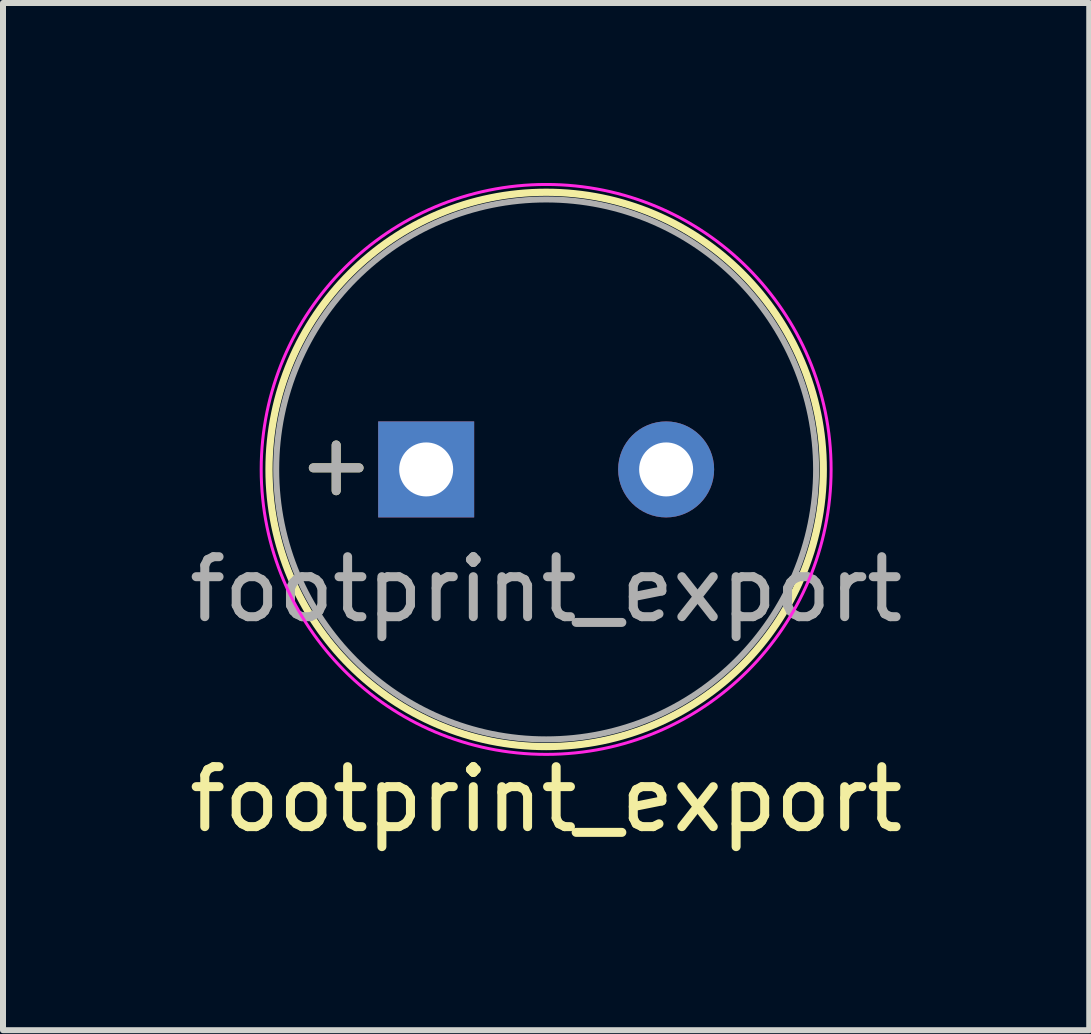
<source format=kicad_pcb>
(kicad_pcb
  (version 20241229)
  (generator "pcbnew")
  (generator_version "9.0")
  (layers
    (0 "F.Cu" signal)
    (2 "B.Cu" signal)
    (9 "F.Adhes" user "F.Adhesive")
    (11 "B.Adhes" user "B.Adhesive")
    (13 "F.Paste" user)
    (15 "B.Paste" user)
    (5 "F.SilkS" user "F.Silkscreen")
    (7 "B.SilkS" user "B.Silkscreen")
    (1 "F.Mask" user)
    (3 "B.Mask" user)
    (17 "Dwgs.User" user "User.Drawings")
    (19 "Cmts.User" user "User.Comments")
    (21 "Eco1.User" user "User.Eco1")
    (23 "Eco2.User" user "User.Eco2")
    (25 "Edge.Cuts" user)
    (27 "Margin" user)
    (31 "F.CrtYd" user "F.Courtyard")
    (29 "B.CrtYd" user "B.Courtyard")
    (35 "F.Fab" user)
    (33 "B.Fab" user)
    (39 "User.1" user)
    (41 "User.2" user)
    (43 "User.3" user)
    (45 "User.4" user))
  (footprint "footprint_export"
    (layer "F.Cu")
    (at 4.054 4.775)
    (property "Reference" "footprint_export" (at 2 5.5 0) (layer "F.SilkS") (effects (font (size 1 1) (thickness 0.15))))
    (attr through_hole)
    (fp_circle (center 2 0) (end 6.62 0) (stroke (width 0.12) (type solid)) (fill no) (layer "F.SilkS"))
    (fp_circle (center 2 0) (end 6.75 0) (stroke (width 0.05) (type solid)) (fill no) (layer "F.CrtYd"))
    (fp_circle (center 2 0) (end 6.5 0) (stroke (width 0.1) (type solid)) (fill no) (layer "F.Fab"))
    (fp_text user "+" (at -1.5 -0.1 0) (layer "F.SilkS") (effects (font (size 1 1) (thickness 0.15))))
    (fp_text user "${REFERENCE}" (at 2 2 0) (layer "F.Fab") (effects (font (size 1 1) (thickness 0.15))))
    (fp_text user "+" (at -1.5 -0.1 0) (layer "F.Fab") (effects (font (size 1 1) (thickness 0.15))))
    (pad "1" thru_hole rect (at 0 0) (size 1.6 1.6) (drill 0.9) (layers "*.Cu" "*.Mask"))
    (pad "2" thru_hole circle (at 4 0) (size 1.6 1.6) (drill 0.9) (layers "*.Cu" "*.Mask")))
  (gr_rect
    (start -3 -3)
    (end 15.107 14.123)
    (stroke (width 0.1) (type default))
    (fill no)
    (layer "Edge.Cuts")))
</source>
